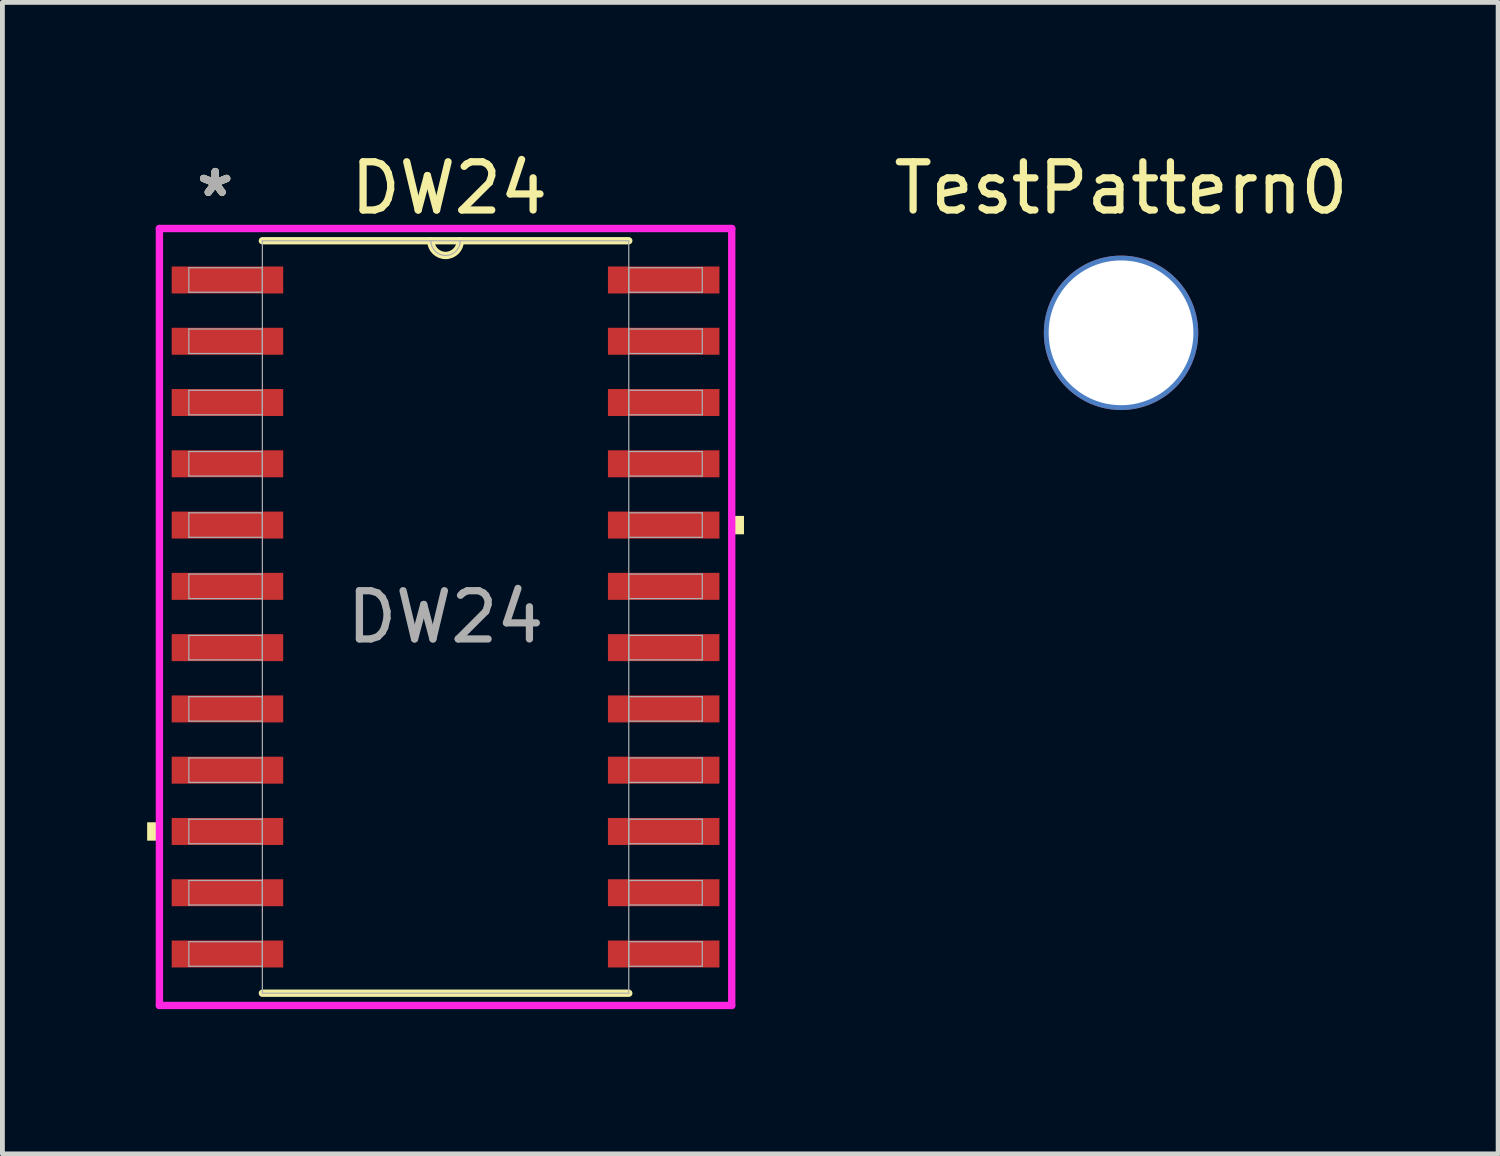
<source format=kicad_pcb>
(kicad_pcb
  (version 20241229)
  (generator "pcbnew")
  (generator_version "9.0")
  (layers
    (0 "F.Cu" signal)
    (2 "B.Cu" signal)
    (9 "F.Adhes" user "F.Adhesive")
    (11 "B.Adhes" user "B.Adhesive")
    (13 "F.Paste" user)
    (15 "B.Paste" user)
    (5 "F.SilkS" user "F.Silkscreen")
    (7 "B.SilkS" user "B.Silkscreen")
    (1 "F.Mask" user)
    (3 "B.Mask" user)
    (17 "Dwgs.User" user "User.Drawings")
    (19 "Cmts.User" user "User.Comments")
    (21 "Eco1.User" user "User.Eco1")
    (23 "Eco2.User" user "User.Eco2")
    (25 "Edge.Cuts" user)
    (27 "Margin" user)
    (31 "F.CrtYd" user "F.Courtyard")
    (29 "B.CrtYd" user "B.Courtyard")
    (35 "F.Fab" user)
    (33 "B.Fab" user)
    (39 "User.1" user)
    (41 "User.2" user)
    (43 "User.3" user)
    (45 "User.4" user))
  (footprint "TestPattern0"
    (layer "F.Cu")
    (at 20.185 3.848)
    (property "Reference" "TestPattern0" (at 0 -3 0) (unlocked yes) (layer "F.SilkS") (effects (font (size 1 1) (thickness 0.15))))
    (attr through_hole)
    (pad "1" thru_hole circle (at 0 0) (size 3.2 3.2) (drill 3) (layers "*.Cu" "*.Mask")))
  (footprint "DW24"
    (layer "F.Cu")
    (at 6.185 9.738)
    (property "Reference" "DW24" (at 0.076 -8.89 0) (unlocked yes) (layer "F.SilkS") (effects (font (size 1 1) (thickness 0.15))))
    (attr smd)
    (fp_line (start -3.797 7.798) (end 3.797 7.798) (stroke (width 0.152) (type solid)) (layer "F.SilkS"))
    (fp_line (start 3.797 -7.798) (end -3.797 -7.798) (stroke (width 0.152) (type solid)) (layer "F.SilkS"))
    (fp_arc (start 0.3048 -7.7978) (mid 0 -7.493) (end -0.3048 -7.7978) (stroke (width 0.1524) (type solid)) (layer "F.SilkS"))
    (fp_poly (pts (xy -6.185 4.255) (xy -6.185 4.636) (xy -5.931 4.636) (xy -5.931 4.255)) (stroke (width 0) (type solid)) (fill yes) (layer "F.SilkS"))
    (fp_poly (pts (xy 6.185 -2.095) (xy 6.185 -1.714) (xy 5.931 -1.714) (xy 5.931 -2.095)) (stroke (width 0) (type solid)) (fill yes) (layer "F.SilkS"))
    (fp_line (start -5.931 -8.052) (end 5.931 -8.052) (stroke (width 0.152) (type solid)) (layer "F.CrtYd"))
    (fp_line (start -5.931 8.052) (end -5.931 -8.052) (stroke (width 0.152) (type solid)) (layer "F.CrtYd"))
    (fp_line (start 5.931 -8.052) (end 5.931 8.052) (stroke (width 0.152) (type solid)) (layer "F.CrtYd"))
    (fp_line (start 5.931 8.052) (end -5.931 8.052) (stroke (width 0.152) (type solid)) (layer "F.CrtYd"))
    (fp_line (start -5.321 -7.239) (end -5.321 -6.731) (stroke (width 0.025) (type solid)) (layer "F.Fab"))
    (fp_line (start -5.321 -6.731) (end -3.797 -6.731) (stroke (width 0.025) (type solid)) (layer "F.Fab"))
    (fp_line (start -5.321 -5.969) (end -5.321 -5.461) (stroke (width 0.025) (type solid)) (layer "F.Fab"))
    (fp_line (start -5.321 -5.461) (end -3.797 -5.461) (stroke (width 0.025) (type solid)) (layer "F.Fab"))
    (fp_line (start -5.321 -4.699) (end -5.321 -4.191) (stroke (width 0.025) (type solid)) (layer "F.Fab"))
    (fp_line (start -5.321 -4.191) (end -3.797 -4.191) (stroke (width 0.025) (type solid)) (layer "F.Fab"))
    (fp_line (start -5.321 -3.429) (end -5.321 -2.921) (stroke (width 0.025) (type solid)) (layer "F.Fab"))
    (fp_line (start -5.321 -2.921) (end -3.797 -2.921) (stroke (width 0.025) (type solid)) (layer "F.Fab"))
    (fp_line (start -5.321 -2.159) (end -5.321 -1.651) (stroke (width 0.025) (type solid)) (layer "F.Fab"))
    (fp_line (start -5.321 -1.651) (end -3.797 -1.651) (stroke (width 0.025) (type solid)) (layer "F.Fab"))
    (fp_line (start -5.321 -0.889) (end -5.321 -0.381) (stroke (width 0.025) (type solid)) (layer "F.Fab"))
    (fp_line (start -5.321 -0.381) (end -3.797 -0.381) (stroke (width 0.025) (type solid)) (layer "F.Fab"))
    (fp_line (start -5.321 0.381) (end -5.321 0.889) (stroke (width 0.025) (type solid)) (layer "F.Fab"))
    (fp_line (start -5.321 0.889) (end -3.797 0.889) (stroke (width 0.025) (type solid)) (layer "F.Fab"))
    (fp_line (start -5.321 1.651) (end -5.321 2.159) (stroke (width 0.025) (type solid)) (layer "F.Fab"))
    (fp_line (start -5.321 2.159) (end -3.797 2.159) (stroke (width 0.025) (type solid)) (layer "F.Fab"))
    (fp_line (start -5.321 2.921) (end -5.321 3.429) (stroke (width 0.025) (type solid)) (layer "F.Fab"))
    (fp_line (start -5.321 3.429) (end -3.797 3.429) (stroke (width 0.025) (type solid)) (layer "F.Fab"))
    (fp_line (start -5.321 4.191) (end -5.321 4.699) (stroke (width 0.025) (type solid)) (layer "F.Fab"))
    (fp_line (start -5.321 4.699) (end -3.797 4.699) (stroke (width 0.025) (type solid)) (layer "F.Fab"))
    (fp_line (start -5.321 5.461) (end -5.321 5.969) (stroke (width 0.025) (type solid)) (layer "F.Fab"))
    (fp_line (start -5.321 5.969) (end -3.797 5.969) (stroke (width 0.025) (type solid)) (layer "F.Fab"))
    (fp_line (start -5.321 6.731) (end -5.321 7.239) (stroke (width 0.025) (type solid)) (layer "F.Fab"))
    (fp_line (start -5.321 7.239) (end -3.797 7.239) (stroke (width 0.025) (type solid)) (layer "F.Fab"))
    (fp_line (start -3.797 -7.798) (end -3.797 7.798) (stroke (width 0.025) (type solid)) (layer "F.Fab"))
    (fp_line (start -3.797 -7.239) (end -5.321 -7.239) (stroke (width 0.025) (type solid)) (layer "F.Fab"))
    (fp_line (start -3.797 -6.731) (end -3.797 -7.239) (stroke (width 0.025) (type solid)) (layer "F.Fab"))
    (fp_line (start -3.797 -5.969) (end -5.321 -5.969) (stroke (width 0.025) (type solid)) (layer "F.Fab"))
    (fp_line (start -3.797 -5.461) (end -3.797 -5.969) (stroke (width 0.025) (type solid)) (layer "F.Fab"))
    (fp_line (start -3.797 -4.699) (end -5.321 -4.699) (stroke (width 0.025) (type solid)) (layer "F.Fab"))
    (fp_line (start -3.797 -4.191) (end -3.797 -4.699) (stroke (width 0.025) (type solid)) (layer "F.Fab"))
    (fp_line (start -3.797 -3.429) (end -5.321 -3.429) (stroke (width 0.025) (type solid)) (layer "F.Fab"))
    (fp_line (start -3.797 -2.921) (end -3.797 -3.429) (stroke (width 0.025) (type solid)) (layer "F.Fab"))
    (fp_line (start -3.797 -2.159) (end -5.321 -2.159) (stroke (width 0.025) (type solid)) (layer "F.Fab"))
    (fp_line (start -3.797 -1.651) (end -3.797 -2.159) (stroke (width 0.025) (type solid)) (layer "F.Fab"))
    (fp_line (start -3.797 -0.889) (end -5.321 -0.889) (stroke (width 0.025) (type solid)) (layer "F.Fab"))
    (fp_line (start -3.797 -0.381) (end -3.797 -0.889) (stroke (width 0.025) (type solid)) (layer "F.Fab"))
    (fp_line (start -3.797 0.381) (end -5.321 0.381) (stroke (width 0.025) (type solid)) (layer "F.Fab"))
    (fp_line (start -3.797 0.889) (end -3.797 0.381) (stroke (width 0.025) (type solid)) (layer "F.Fab"))
    (fp_line (start -3.797 1.651) (end -5.321 1.651) (stroke (width 0.025) (type solid)) (layer "F.Fab"))
    (fp_line (start -3.797 2.159) (end -3.797 1.651) (stroke (width 0.025) (type solid)) (layer "F.Fab"))
    (fp_line (start -3.797 2.921) (end -5.321 2.921) (stroke (width 0.025) (type solid)) (layer "F.Fab"))
    (fp_line (start -3.797 3.429) (end -3.797 2.921) (stroke (width 0.025) (type solid)) (layer "F.Fab"))
    (fp_line (start -3.797 4.191) (end -5.321 4.191) (stroke (width 0.025) (type solid)) (layer "F.Fab"))
    (fp_line (start -3.797 4.699) (end -3.797 4.191) (stroke (width 0.025) (type solid)) (layer "F.Fab"))
    (fp_line (start -3.797 5.461) (end -5.321 5.461) (stroke (width 0.025) (type solid)) (layer "F.Fab"))
    (fp_line (start -3.797 5.969) (end -3.797 5.461) (stroke (width 0.025) (type solid)) (layer "F.Fab"))
    (fp_line (start -3.797 6.731) (end -5.321 6.731) (stroke (width 0.025) (type solid)) (layer "F.Fab"))
    (fp_line (start -3.797 7.239) (end -3.797 6.731) (stroke (width 0.025) (type solid)) (layer "F.Fab"))
    (fp_line (start -3.797 7.798) (end 3.797 7.798) (stroke (width 0.025) (type solid)) (layer "F.Fab"))
    (fp_line (start 3.797 -7.798) (end -3.797 -7.798) (stroke (width 0.025) (type solid)) (layer "F.Fab"))
    (fp_line (start 3.797 -7.239) (end 3.797 -6.731) (stroke (width 0.025) (type solid)) (layer "F.Fab"))
    (fp_line (start 3.797 -6.731) (end 5.321 -6.731) (stroke (width 0.025) (type solid)) (layer "F.Fab"))
    (fp_line (start 3.797 -5.969) (end 3.797 -5.461) (stroke (width 0.025) (type solid)) (layer "F.Fab"))
    (fp_line (start 3.797 -5.461) (end 5.321 -5.461) (stroke (width 0.025) (type solid)) (layer "F.Fab"))
    (fp_line (start 3.797 -4.699) (end 3.797 -4.191) (stroke (width 0.025) (type solid)) (layer "F.Fab"))
    (fp_line (start 3.797 -4.191) (end 5.321 -4.191) (stroke (width 0.025) (type solid)) (layer "F.Fab"))
    (fp_line (start 3.797 -3.429) (end 3.797 -2.921) (stroke (width 0.025) (type solid)) (layer "F.Fab"))
    (fp_line (start 3.797 -2.921) (end 5.321 -2.921) (stroke (width 0.025) (type solid)) (layer "F.Fab"))
    (fp_line (start 3.797 -2.159) (end 3.797 -1.651) (stroke (width 0.025) (type solid)) (layer "F.Fab"))
    (fp_line (start 3.797 -1.651) (end 5.321 -1.651) (stroke (width 0.025) (type solid)) (layer "F.Fab"))
    (fp_line (start 3.797 -0.889) (end 3.797 -0.381) (stroke (width 0.025) (type solid)) (layer "F.Fab"))
    (fp_line (start 3.797 -0.381) (end 5.321 -0.381) (stroke (width 0.025) (type solid)) (layer "F.Fab"))
    (fp_line (start 3.797 0.381) (end 3.797 0.889) (stroke (width 0.025) (type solid)) (layer "F.Fab"))
    (fp_line (start 3.797 0.889) (end 5.321 0.889) (stroke (width 0.025) (type solid)) (layer "F.Fab"))
    (fp_line (start 3.797 1.651) (end 3.797 2.159) (stroke (width 0.025) (type solid)) (layer "F.Fab"))
    (fp_line (start 3.797 2.159) (end 5.321 2.159) (stroke (width 0.025) (type solid)) (layer "F.Fab"))
    (fp_line (start 3.797 2.921) (end 3.797 3.429) (stroke (width 0.025) (type solid)) (layer "F.Fab"))
    (fp_line (start 3.797 3.429) (end 5.321 3.429) (stroke (width 0.025) (type solid)) (layer "F.Fab"))
    (fp_line (start 3.797 4.191) (end 3.797 4.699) (stroke (width 0.025) (type solid)) (layer "F.Fab"))
    (fp_line (start 3.797 4.699) (end 5.321 4.699) (stroke (width 0.025) (type solid)) (layer "F.Fab"))
    (fp_line (start 3.797 5.461) (end 3.797 5.969) (stroke (width 0.025) (type solid)) (layer "F.Fab"))
    (fp_line (start 3.797 5.969) (end 5.321 5.969) (stroke (width 0.025) (type solid)) (layer "F.Fab"))
    (fp_line (start 3.797 6.731) (end 3.797 7.239) (stroke (width 0.025) (type solid)) (layer "F.Fab"))
    (fp_line (start 3.797 7.239) (end 5.321 7.239) (stroke (width 0.025) (type solid)) (layer "F.Fab"))
    (fp_line (start 3.797 7.798) (end 3.797 -7.798) (stroke (width 0.025) (type solid)) (layer "F.Fab"))
    (fp_line (start 5.321 -7.239) (end 3.797 -7.239) (stroke (width 0.025) (type solid)) (layer "F.Fab"))
    (fp_line (start 5.321 -6.731) (end 5.321 -7.239) (stroke (width 0.025) (type solid)) (layer "F.Fab"))
    (fp_line (start 5.321 -5.969) (end 3.797 -5.969) (stroke (width 0.025) (type solid)) (layer "F.Fab"))
    (fp_line (start 5.321 -5.461) (end 5.321 -5.969) (stroke (width 0.025) (type solid)) (layer "F.Fab"))
    (fp_line (start 5.321 -4.699) (end 3.797 -4.699) (stroke (width 0.025) (type solid)) (layer "F.Fab"))
    (fp_line (start 5.321 -4.191) (end 5.321 -4.699) (stroke (width 0.025) (type solid)) (layer "F.Fab"))
    (fp_line (start 5.321 -3.429) (end 3.797 -3.429) (stroke (width 0.025) (type solid)) (layer "F.Fab"))
    (fp_line (start 5.321 -2.921) (end 5.321 -3.429) (stroke (width 0.025) (type solid)) (layer "F.Fab"))
    (fp_line (start 5.321 -2.159) (end 3.797 -2.159) (stroke (width 0.025) (type solid)) (layer "F.Fab"))
    (fp_line (start 5.321 -1.651) (end 5.321 -2.159) (stroke (width 0.025) (type solid)) (layer "F.Fab"))
    (fp_line (start 5.321 -0.889) (end 3.797 -0.889) (stroke (width 0.025) (type solid)) (layer "F.Fab"))
    (fp_line (start 5.321 -0.381) (end 5.321 -0.889) (stroke (width 0.025) (type solid)) (layer "F.Fab"))
    (fp_line (start 5.321 0.381) (end 3.797 0.381) (stroke (width 0.025) (type solid)) (layer "F.Fab"))
    (fp_line (start 5.321 0.889) (end 5.321 0.381) (stroke (width 0.025) (type solid)) (layer "F.Fab"))
    (fp_line (start 5.321 1.651) (end 3.797 1.651) (stroke (width 0.025) (type solid)) (layer "F.Fab"))
    (fp_line (start 5.321 2.159) (end 5.321 1.651) (stroke (width 0.025) (type solid)) (layer "F.Fab"))
    (fp_line (start 5.321 2.921) (end 3.797 2.921) (stroke (width 0.025) (type solid)) (layer "F.Fab"))
    (fp_line (start 5.321 3.429) (end 5.321 2.921) (stroke (width 0.025) (type solid)) (layer "F.Fab"))
    (fp_line (start 5.321 4.191) (end 3.797 4.191) (stroke (width 0.025) (type solid)) (layer "F.Fab"))
    (fp_line (start 5.321 4.699) (end 5.321 4.191) (stroke (width 0.025) (type solid)) (layer "F.Fab"))
    (fp_line (start 5.321 5.461) (end 3.797 5.461) (stroke (width 0.025) (type solid)) (layer "F.Fab"))
    (fp_line (start 5.321 5.969) (end 5.321 5.461) (stroke (width 0.025) (type solid)) (layer "F.Fab"))
    (fp_line (start 5.321 6.731) (end 3.797 6.731) (stroke (width 0.025) (type solid)) (layer "F.Fab"))
    (fp_line (start 5.321 7.239) (end 5.321 6.731) (stroke (width 0.025) (type solid)) (layer "F.Fab"))
    (fp_arc (start 0.3048 -7.7978) (mid 0 -7.493) (end -0.3048 -7.7978) (stroke (width 0.0254) (type solid)) (layer "F.Fab"))
    (fp_text user "*" (at -4.775 -8.687 0) (unlocked yes) (layer "F.SilkS") (effects (font (size 1 1) (thickness 0.15))))
    (fp_text user "*" (at -4.775 -8.687 0) (layer "F.SilkS") (effects (font (size 1 1) (thickness 0.15))))
    (fp_text user "${REFERENCE}" (at 0 0 0) (unlocked yes) (layer "F.Fab") (effects (font (size 1 1) (thickness 0.15))))
    (fp_text user "*" (at -4.775 -8.687 0) (layer "F.Fab") (effects (font (size 1 1) (thickness 0.15))))
    (fp_text user "*" (at -4.775 -8.687 0) (unlocked yes) (layer "F.Fab") (effects (font (size 1 1) (thickness 0.15))))
    (pad "1" smd rect (at -4.521 -6.985) (size 2.311 0.559) (layers "F.Cu" "F.Mask" "F.Paste"))
    (pad "2" smd rect (at -4.521 -5.715) (size 2.311 0.559) (layers "F.Cu" "F.Mask" "F.Paste"))
    (pad "3" smd rect (at -4.521 -4.445) (size 2.311 0.559) (layers "F.Cu" "F.Mask" "F.Paste"))
    (pad "4" smd rect (at -4.521 -3.175) (size 2.311 0.559) (layers "F.Cu" "F.Mask" "F.Paste"))
    (pad "5" smd rect (at -4.521 -1.905) (size 2.311 0.559) (layers "F.Cu" "F.Mask" "F.Paste"))
    (pad "6" smd rect (at -4.521 -0.635) (size 2.311 0.559) (layers "F.Cu" "F.Mask" "F.Paste"))
    (pad "7" smd rect (at -4.521 0.635) (size 2.311 0.559) (layers "F.Cu" "F.Mask" "F.Paste"))
    (pad "8" smd rect (at -4.521 1.905) (size 2.311 0.559) (layers "F.Cu" "F.Mask" "F.Paste"))
    (pad "9" smd rect (at -4.521 3.175) (size 2.311 0.559) (layers "F.Cu" "F.Mask" "F.Paste"))
    (pad "10" smd rect (at -4.521 4.445) (size 2.311 0.559) (layers "F.Cu" "F.Mask" "F.Paste"))
    (pad "11" smd rect (at -4.521 5.715) (size 2.311 0.559) (layers "F.Cu" "F.Mask" "F.Paste"))
    (pad "12" smd rect (at -4.521 6.985) (size 2.311 0.559) (layers "F.Cu" "F.Mask" "F.Paste"))
    (pad "13" smd rect (at 4.521 6.985) (size 2.311 0.559) (layers "F.Cu" "F.Mask" "F.Paste"))
    (pad "14" smd rect (at 4.521 5.715) (size 2.311 0.559) (layers "F.Cu" "F.Mask" "F.Paste"))
    (pad "15" smd rect (at 4.521 4.445) (size 2.311 0.559) (layers "F.Cu" "F.Mask" "F.Paste"))
    (pad "16" smd rect (at 4.521 3.175) (size 2.311 0.559) (layers "F.Cu" "F.Mask" "F.Paste"))
    (pad "17" smd rect (at 4.521 1.905) (size 2.311 0.559) (layers "F.Cu" "F.Mask" "F.Paste"))
    (pad "18" smd rect (at 4.521 0.635) (size 2.311 0.559) (layers "F.Cu" "F.Mask" "F.Paste"))
    (pad "19" smd rect (at 4.521 -0.635) (size 2.311 0.559) (layers "F.Cu" "F.Mask" "F.Paste"))
    (pad "20" smd rect (at 4.521 -1.905) (size 2.311 0.559) (layers "F.Cu" "F.Mask" "F.Paste"))
    (pad "21" smd rect (at 4.521 -3.175) (size 2.311 0.559) (layers "F.Cu" "F.Mask" "F.Paste"))
    (pad "22" smd rect (at 4.521 -4.445) (size 2.311 0.559) (layers "F.Cu" "F.Mask" "F.Paste"))
    (pad "23" smd rect (at 4.521 -5.715) (size 2.311 0.559) (layers "F.Cu" "F.Mask" "F.Paste"))
    (pad "24" smd rect (at 4.521 -6.985) (size 2.311 0.559) (layers "F.Cu" "F.Mask" "F.Paste")))
  (gr_rect
    (start -3 -3)
    (end 28.001 20.866)
    (stroke (width 0.1) (type default))
    (fill no)
    (layer "Edge.Cuts")))
</source>
